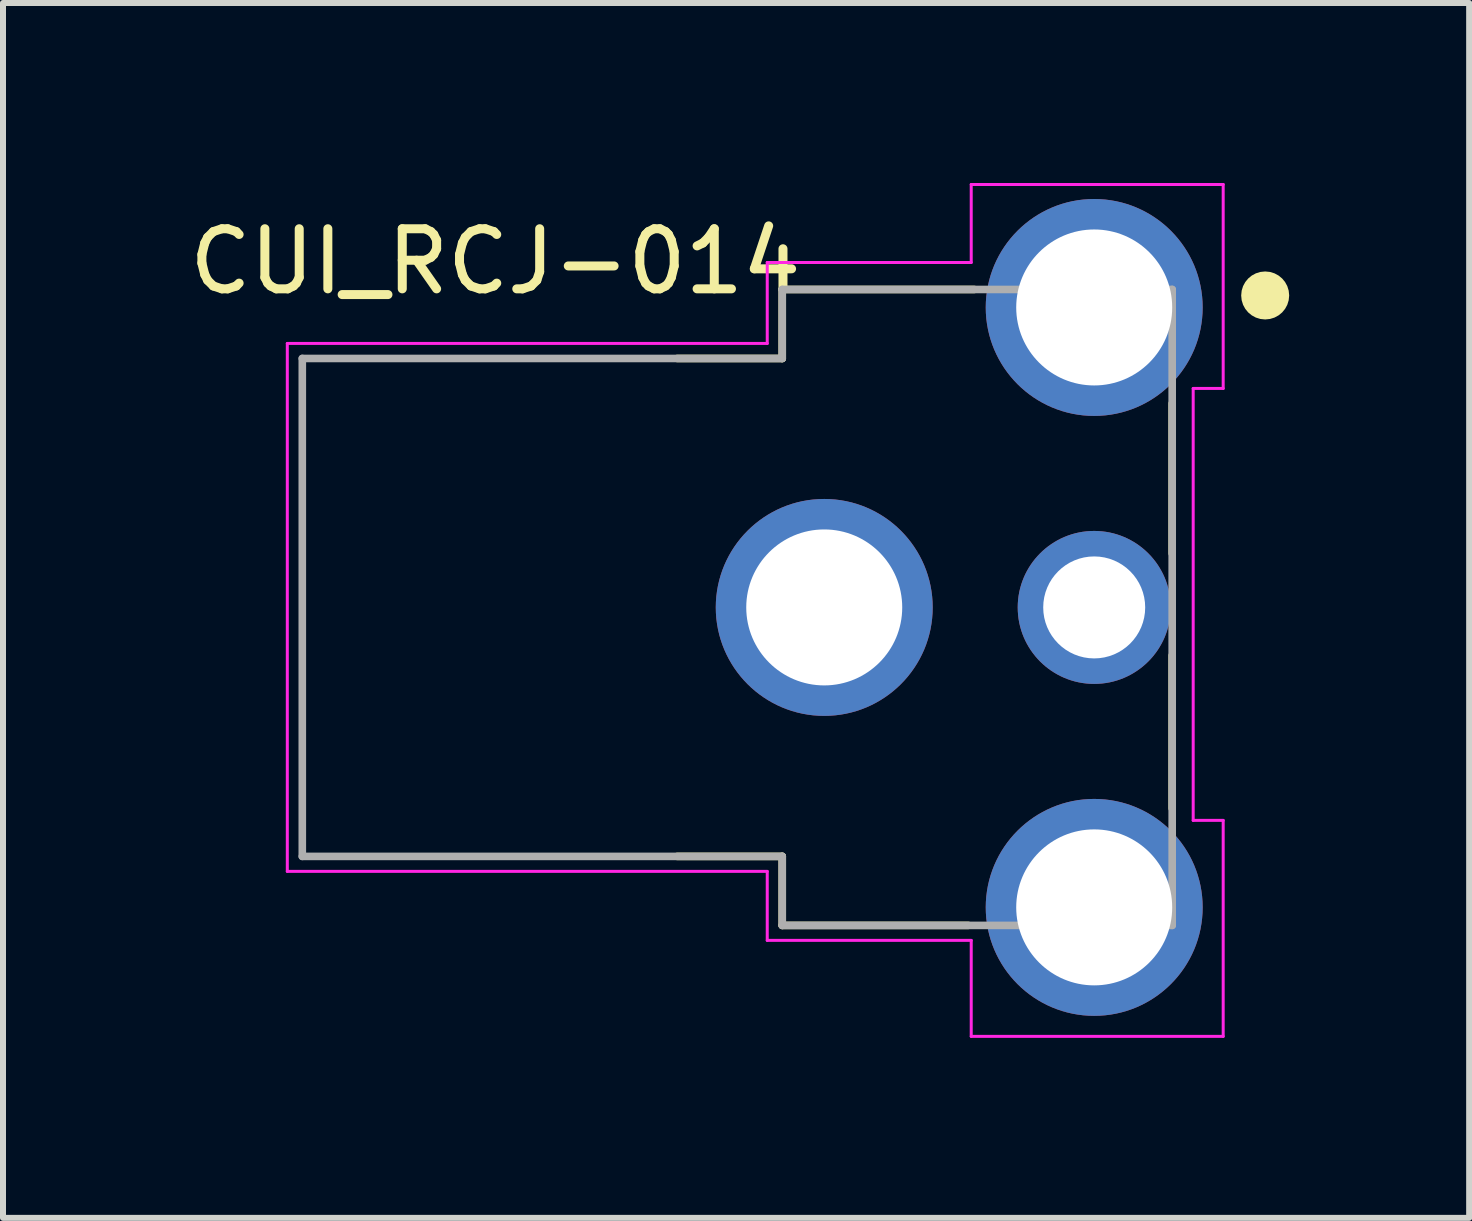
<source format=kicad_pcb>
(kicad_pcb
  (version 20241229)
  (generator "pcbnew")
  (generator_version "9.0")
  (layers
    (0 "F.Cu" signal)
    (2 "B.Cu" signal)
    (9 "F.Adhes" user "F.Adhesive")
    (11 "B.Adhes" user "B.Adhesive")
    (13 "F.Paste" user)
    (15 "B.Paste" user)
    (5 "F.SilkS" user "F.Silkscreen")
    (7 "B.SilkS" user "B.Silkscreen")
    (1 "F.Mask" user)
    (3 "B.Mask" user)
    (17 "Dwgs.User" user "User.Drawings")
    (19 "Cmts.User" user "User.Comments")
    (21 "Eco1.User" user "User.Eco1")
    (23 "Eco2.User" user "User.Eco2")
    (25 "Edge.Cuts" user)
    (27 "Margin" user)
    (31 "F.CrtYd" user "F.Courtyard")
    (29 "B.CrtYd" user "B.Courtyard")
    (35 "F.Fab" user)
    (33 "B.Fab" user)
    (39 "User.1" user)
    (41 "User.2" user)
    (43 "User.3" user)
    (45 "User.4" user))
  (footprint "CUI_RCJ-014"
    (layer "F.Cu")
    (at 9.239 7.075)
    (property "Reference" "CUI_RCJ-014" (at -4.033 -5.766 0) (layer "F.SilkS") (effects (font (size 1.002 1.002) (thickness 0.15))))
    (attr through_hole)
    (fp_line (start -1 4.15) (end 0.75 4.15) (stroke (width 0.127) (type solid)) (layer "F.SilkS"))
    (fp_line (start 0.75 -5.3) (end 0.75 -4.15) (stroke (width 0.127) (type solid)) (layer "F.SilkS"))
    (fp_line (start 0.75 -4.15) (end -1 -4.15) (stroke (width 0.127) (type solid)) (layer "F.SilkS"))
    (fp_line (start 0.75 4.15) (end 0.75 5.3) (stroke (width 0.127) (type solid)) (layer "F.SilkS"))
    (fp_line (start 0.75 5.3) (end 3.85 5.3) (stroke (width 0.127) (type solid)) (layer "F.SilkS"))
    (fp_line (start 3.95 -5.3) (end 0.75 -5.3) (stroke (width 0.127) (type solid)) (layer "F.SilkS"))
    (fp_line (start 7.25 -0.9) (end 7.25 -3.4) (stroke (width 0.127) (type solid)) (layer "F.SilkS"))
    (fp_line (start 7.25 3.35) (end 7.25 0.8) (stroke (width 0.127) (type solid)) (layer "F.SilkS"))
    (fp_circle (center 8.8 -5.2) (end 9 -5.2) (stroke (width 0.4) (type solid)) (fill no) (layer "F.SilkS"))
    (fp_line (start -7.5 -4.4) (end -7.5 4.4) (stroke (width 0.05) (type solid)) (layer "F.CrtYd"))
    (fp_line (start -7.5 4.4) (end 0.5 4.4) (stroke (width 0.05) (type solid)) (layer "F.CrtYd"))
    (fp_line (start 0.5 -5.75) (end 0.5 -4.4) (stroke (width 0.05) (type solid)) (layer "F.CrtYd"))
    (fp_line (start 0.5 -4.4) (end -7.5 -4.4) (stroke (width 0.05) (type solid)) (layer "F.CrtYd"))
    (fp_line (start 0.5 4.4) (end 0.5 5.55) (stroke (width 0.05) (type solid)) (layer "F.CrtYd"))
    (fp_line (start 0.5 5.55) (end 3.9 5.55) (stroke (width 0.05) (type solid)) (layer "F.CrtYd"))
    (fp_line (start 3.9 -7.05) (end 8.1 -7.05) (stroke (width 0.05) (type solid)) (layer "F.CrtYd"))
    (fp_line (start 3.9 -5.75) (end 0.5 -5.75) (stroke (width 0.05) (type solid)) (layer "F.CrtYd"))
    (fp_line (start 3.9 -5.75) (end 3.9 -7.05) (stroke (width 0.05) (type solid)) (layer "F.CrtYd"))
    (fp_line (start 3.9 7.15) (end 3.9 5.55) (stroke (width 0.05) (type solid)) (layer "F.CrtYd"))
    (fp_line (start 7.6 -3.65) (end 7.6 3.55) (stroke (width 0.05) (type solid)) (layer "F.CrtYd"))
    (fp_line (start 7.6 3.55) (end 8.1 3.55) (stroke (width 0.05) (type solid)) (layer "F.CrtYd"))
    (fp_line (start 8.1 -7.05) (end 8.1 -3.65) (stroke (width 0.05) (type solid)) (layer "F.CrtYd"))
    (fp_line (start 8.1 -3.65) (end 7.6 -3.65) (stroke (width 0.05) (type solid)) (layer "F.CrtYd"))
    (fp_line (start 8.1 7.15) (end 3.9 7.15) (stroke (width 0.05) (type solid)) (layer "F.CrtYd"))
    (fp_line (start 8.1 7.15) (end 8.1 3.55) (stroke (width 0.05) (type solid)) (layer "F.CrtYd"))
    (fp_line (start -7.25 -4.15) (end -7.25 4.15) (stroke (width 0.127) (type solid)) (layer "F.Fab"))
    (fp_line (start -7.25 4.15) (end 0.75 4.15) (stroke (width 0.127) (type solid)) (layer "F.Fab"))
    (fp_line (start 0.75 -5.3) (end 0.75 -4.15) (stroke (width 0.127) (type solid)) (layer "F.Fab"))
    (fp_line (start 0.75 -4.15) (end -7.25 -4.15) (stroke (width 0.127) (type solid)) (layer "F.Fab"))
    (fp_line (start 0.75 4.15) (end 0.75 5.3) (stroke (width 0.127) (type solid)) (layer "F.Fab"))
    (fp_line (start 0.75 5.3) (end 7.25 5.3) (stroke (width 0.127) (type solid)) (layer "F.Fab"))
    (fp_line (start 7.25 -5.3) (end 0.75 -5.3) (stroke (width 0.127) (type solid)) (layer "F.Fab"))
    (fp_line (start 7.25 5.3) (end 7.25 -5.3) (stroke (width 0.127) (type solid)) (layer "F.Fab"))
    (pad "1" thru_hole circle (at 5.95 0) (size 2.55 2.55) (drill 1.7) (layers "*.Cu" "*.Mask"))
    (pad "2" thru_hole circle (at 1.45 0) (size 3.616 3.616) (drill 2.6) (layers "*.Cu" "*.Mask"))
    (pad "2" thru_hole circle (at 5.95 -5) (size 3.616 3.616) (drill 2.6) (layers "*.Cu" "*.Mask"))
    (pad "2" thru_hole circle (at 5.95 5) (size 3.616 3.616) (drill 2.6) (layers "*.Cu" "*.Mask")))
  (gr_rect
    (start -3 -3)
    (end 21.439 17.25)
    (stroke (width 0.1) (type default))
    (fill no)
    (layer "Edge.Cuts")))
</source>
